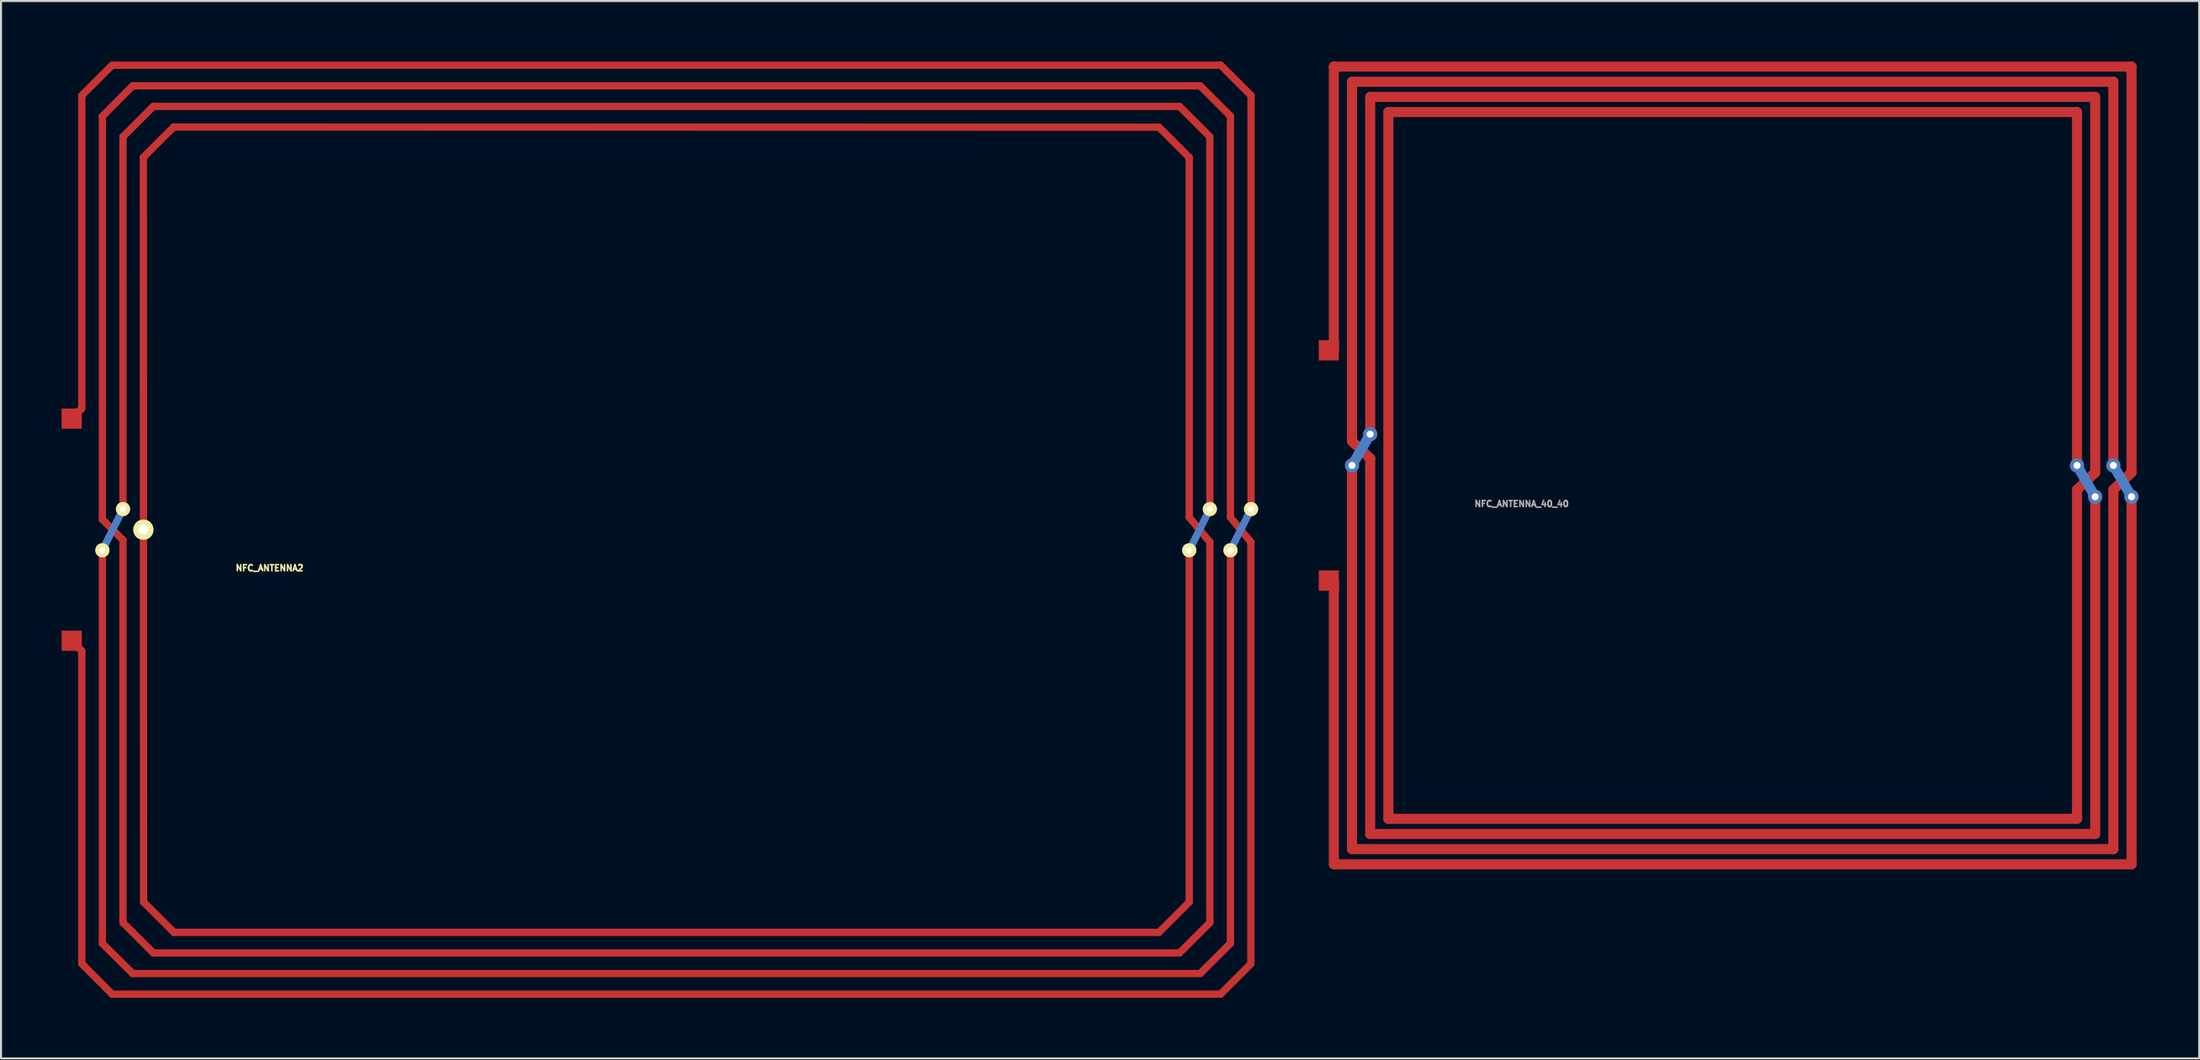
<source format=kicad_pcb>
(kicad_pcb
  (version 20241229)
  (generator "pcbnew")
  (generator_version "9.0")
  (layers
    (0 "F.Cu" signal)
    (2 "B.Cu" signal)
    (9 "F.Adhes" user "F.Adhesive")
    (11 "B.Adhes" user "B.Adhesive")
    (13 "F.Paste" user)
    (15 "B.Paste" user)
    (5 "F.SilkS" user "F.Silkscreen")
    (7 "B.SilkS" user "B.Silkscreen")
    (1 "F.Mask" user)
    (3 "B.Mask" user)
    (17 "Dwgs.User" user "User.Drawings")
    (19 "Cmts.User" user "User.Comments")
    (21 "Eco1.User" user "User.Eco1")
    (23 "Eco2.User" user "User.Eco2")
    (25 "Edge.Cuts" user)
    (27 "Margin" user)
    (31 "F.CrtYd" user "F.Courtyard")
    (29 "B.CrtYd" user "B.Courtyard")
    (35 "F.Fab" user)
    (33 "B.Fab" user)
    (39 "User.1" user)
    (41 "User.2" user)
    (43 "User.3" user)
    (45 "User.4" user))
  (footprint "NFC_ANTENNA_40_40"
    (layer "F.Cu")
    (at 63 20)
    (property "Reference" "NFC_ANTENNA_40_40" (at 9.3 1.9 0) (layer "F.Fab") (effects (font (size 0.3 0.3) (thickness 0.075))))
    (attr through_hole)
    (fp_line (start 0 -19.75) (end 39.5 -19.75) (stroke (width 0.5) (type solid)) (layer "F.Cu"))
    (fp_line (start 0 -5.7) (end 0 -19.75) (stroke (width 0.5) (type solid)) (layer "F.Cu"))
    (fp_line (start 0 5.7) (end 0 19.75) (stroke (width 0.5) (type solid)) (layer "F.Cu"))
    (fp_line (start 0 19.75) (end 39.5 19.75) (stroke (width 0.5) (type solid)) (layer "F.Cu"))
    (fp_line (start 0.9 -1.2) (end 0.9 -19) (stroke (width 0.5) (type solid)) (layer "F.Cu"))
    (fp_line (start 0.9 -1.2) (end 1.8 -0.35) (stroke (width 0.5) (type solid)) (layer "F.Cu"))
    (fp_line (start 0.9 19) (end 0.9 0) (stroke (width 0.5) (type solid)) (layer "F.Cu"))
    (fp_line (start 1.8 -18.25) (end 1.8 -1.55) (stroke (width 0.5) (type solid)) (layer "F.Cu"))
    (fp_line (start 1.8 -18.25) (end 37.7 -18.25) (stroke (width 0.5) (type solid)) (layer "F.Cu"))
    (fp_line (start 1.8 18.25) (end 1.8 -0.35) (stroke (width 0.5) (type solid)) (layer "F.Cu"))
    (fp_line (start 1.8 18.25) (end 37.7 18.25) (stroke (width 0.5) (type solid)) (layer "F.Cu"))
    (fp_line (start 2.7 -17.5) (end 36.8 -17.5) (stroke (width 0.5) (type solid)) (layer "F.Cu"))
    (fp_line (start 2.7 17.5) (end 2.7 -17.5) (stroke (width 0.5) (type solid)) (layer "F.Cu"))
    (fp_line (start 2.7 17.5) (end 36.8 17.5) (stroke (width 0.5) (type solid)) (layer "F.Cu"))
    (fp_line (start 36.8 -17.5) (end 36.8 0) (stroke (width 0.5) (type solid)) (layer "F.Cu"))
    (fp_line (start 36.8 1.2) (end 37.7 0.35) (stroke (width 0.5) (type solid)) (layer "F.Cu"))
    (fp_line (start 36.8 17.5) (end 36.8 1.2) (stroke (width 0.5) (type solid)) (layer "F.Cu"))
    (fp_line (start 37.7 -18.25) (end 37.7 0.35) (stroke (width 0.5) (type solid)) (layer "F.Cu"))
    (fp_line (start 37.7 18.25) (end 37.7 1.55) (stroke (width 0.5) (type solid)) (layer "F.Cu"))
    (fp_line (start 38.6 -19) (end 0.9 -19) (stroke (width 0.5) (type solid)) (layer "F.Cu"))
    (fp_line (start 38.6 -19) (end 38.6 0) (stroke (width 0.5) (type solid)) (layer "F.Cu"))
    (fp_line (start 38.6 1.2) (end 39.5 0.35) (stroke (width 0.5) (type solid)) (layer "F.Cu"))
    (fp_line (start 38.6 19) (end 0.9 19) (stroke (width 0.5) (type solid)) (layer "F.Cu"))
    (fp_line (start 38.6 19) (end 38.6 1.2) (stroke (width 0.5) (type solid)) (layer "F.Cu"))
    (fp_line (start 39.5 -19.75) (end 39.5 0.35) (stroke (width 0.5) (type solid)) (layer "F.Cu"))
    (fp_line (start 39.5 19.75) (end 39.5 1.55) (stroke (width 0.5) (type solid)) (layer "F.Cu"))
    (fp_line (start 0.9 0) (end 1.8 -1.55) (stroke (width 0.5) (type solid)) (layer "B.Cu"))
    (fp_line (start 37.7 1.55) (end 36.8 0) (stroke (width 0.5) (type solid)) (layer "B.Cu"))
    (fp_line (start 39.5 1.55) (end 38.6 0) (stroke (width 0.5) (type solid)) (layer "B.Cu"))
    (pad "" thru_hole circle (at 0.9 0) (size 0.7 0.7) (drill 0.35) (layers "*.Cu" "*.Mask"))
    (pad "" thru_hole circle (at 1.8 -1.55) (size 0.7 0.7) (drill 0.35) (layers "*.Cu" "*.Mask"))
    (pad "" thru_hole circle (at 36.8 0) (size 0.7 0.7) (drill 0.35) (layers "*.Cu" "*.Mask"))
    (pad "" thru_hole circle (at 37.7 1.55) (size 0.7 0.7) (drill 0.35) (layers "*.Cu" "*.Mask"))
    (pad "" thru_hole circle (at 38.6 0) (size 0.7 0.7) (drill 0.35) (layers "*.Cu" "*.Mask"))
    (pad "" thru_hole circle (at 39.5 1.55) (size 0.7 0.7) (drill 0.35) (layers "*.Cu" "*.Mask"))
    (pad "1" smd rect (at -0.25 5.7) (size 1 1) (layers "F.Cu" "F.Mask" "F.Paste"))
    (pad "2" smd rect (at -0.25 -5.7) (size 1 1) (layers "F.Cu" "F.Mask" "F.Paste")))
  (footprint "NFC_ANTENNA2"
    (layer "F.Cu")
    (at 1 23.18)
    (property "Reference" "NFC_ANTENNA2" (at 9.3 1.9 0) (layer "F.SilkS") (effects (font (size 0.3 0.3) (thickness 0.075))))
    (attr through_hole)
    (fp_line (start 0 -21.5) (end 0 -6) (stroke (width 0.36) (type solid)) (layer "F.Cu"))
    (fp_line (start 0 -6) (end -0.52 -5.49) (stroke (width 0.36) (type solid)) (layer "F.Cu"))
    (fp_line (start 0 6) (end -0.5 5.5) (stroke (width 0.36) (type solid)) (layer "F.Cu"))
    (fp_line (start 0 21.49) (end 0 6) (stroke (width 0.36) (type solid)) (layer "F.Cu"))
    (fp_line (start 0 21.49) (end 1.5 23) (stroke (width 0.36) (type solid)) (layer "F.Cu"))
    (fp_line (start 1.02 -0.51) (end 1.02 -20.47) (stroke (width 0.36) (type solid)) (layer "F.Cu"))
    (fp_line (start 1.02 -0.51) (end 2.04 0.51) (stroke (width 0.36) (type solid)) (layer "F.Cu"))
    (fp_line (start 1.02 20.49) (end 1.02 1.02) (stroke (width 0.36) (type solid)) (layer "F.Cu"))
    (fp_line (start 1.02 20.49) (end 2.52 21.98) (stroke (width 0.36) (type solid)) (layer "F.Cu"))
    (fp_line (start 1.5 -23) (end 0 -21.5) (stroke (width 0.36) (type solid)) (layer "F.Cu"))
    (fp_line (start 1.5 -23) (end 56.4 -23) (stroke (width 0.36) (type solid)) (layer "F.Cu"))
    (fp_line (start 2.04 -1.02) (end 2.04 -19.46) (stroke (width 0.36) (type solid)) (layer "F.Cu"))
    (fp_line (start 2.04 19.46) (end 2.04 0.51) (stroke (width 0.36) (type solid)) (layer "F.Cu"))
    (fp_line (start 2.04 19.46) (end 3.54 20.96) (stroke (width 0.36) (type solid)) (layer "F.Cu"))
    (fp_line (start 2.52 -21.98) (end 1.02 -20.47) (stroke (width 0.36) (type solid)) (layer "F.Cu"))
    (fp_line (start 2.52 21.98) (end 55.38 21.98) (stroke (width 0.36) (type solid)) (layer "F.Cu"))
    (fp_line (start 3.06 18.44) (end 3.05 -18.44) (stroke (width 0.36) (type solid)) (layer "F.Cu"))
    (fp_line (start 3.06 18.44) (end 4.56 19.94) (stroke (width 0.36) (type solid)) (layer "F.Cu"))
    (fp_line (start 3.54 -20.96) (end 2.04 -19.46) (stroke (width 0.36) (type solid)) (layer "F.Cu"))
    (fp_line (start 4.55 -19.94) (end 3.05 -18.44) (stroke (width 0.36) (type solid)) (layer "F.Cu"))
    (fp_line (start 53.34 -19.93) (end 4.55 -19.94) (stroke (width 0.36) (type solid)) (layer "F.Cu"))
    (fp_line (start 53.34 -19.93) (end 54.84 -18.43) (stroke (width 0.36) (type solid)) (layer "F.Cu"))
    (fp_line (start 53.34 19.94) (end 4.56 19.94) (stroke (width 0.36) (type solid)) (layer "F.Cu"))
    (fp_line (start 54.36 -20.96) (end 3.54 -20.96) (stroke (width 0.36) (type solid)) (layer "F.Cu"))
    (fp_line (start 54.36 -20.96) (end 55.86 -19.46) (stroke (width 0.36) (type solid)) (layer "F.Cu"))
    (fp_line (start 54.36 20.96) (end 3.54 20.96) (stroke (width 0.36) (type solid)) (layer "F.Cu"))
    (fp_line (start 54.84 -0.61) (end 54.84 -18.43) (stroke (width 0.36) (type solid)) (layer "F.Cu"))
    (fp_line (start 54.84 18.44) (end 53.34 19.94) (stroke (width 0.36) (type solid)) (layer "F.Cu"))
    (fp_line (start 54.84 18.44) (end 54.84 1.02) (stroke (width 0.36) (type solid)) (layer "F.Cu"))
    (fp_line (start 55.38 -21.98) (end 2.52 -21.98) (stroke (width 0.36) (type solid)) (layer "F.Cu"))
    (fp_line (start 55.38 -21.98) (end 56.88 -20.48) (stroke (width 0.36) (type solid)) (layer "F.Cu"))
    (fp_line (start 55.86 -1.02) (end 55.86 -19.46) (stroke (width 0.36) (type solid)) (layer "F.Cu"))
    (fp_line (start 55.86 0.61) (end 54.84 -0.61) (stroke (width 0.36) (type solid)) (layer "F.Cu"))
    (fp_line (start 55.86 19.46) (end 54.36 20.96) (stroke (width 0.36) (type solid)) (layer "F.Cu"))
    (fp_line (start 55.86 19.46) (end 55.86 0.61) (stroke (width 0.36) (type solid)) (layer "F.Cu"))
    (fp_line (start 56.39 23) (end 1.5 23) (stroke (width 0.36) (type solid)) (layer "F.Cu"))
    (fp_line (start 56.4 -23) (end 57.9 -21.5) (stroke (width 0.36) (type solid)) (layer "F.Cu"))
    (fp_line (start 56.88 -0.61) (end 56.88 -20.48) (stroke (width 0.36) (type solid)) (layer "F.Cu"))
    (fp_line (start 56.88 20.48) (end 55.38 21.98) (stroke (width 0.36) (type solid)) (layer "F.Cu"))
    (fp_line (start 56.88 20.48) (end 56.88 1.02) (stroke (width 0.36) (type solid)) (layer "F.Cu"))
    (fp_line (start 57.89 0.61) (end 56.88 -0.61) (stroke (width 0.36) (type solid)) (layer "F.Cu"))
    (fp_line (start 57.89 21.5) (end 56.39 23) (stroke (width 0.36) (type solid)) (layer "F.Cu"))
    (fp_line (start 57.89 21.5) (end 57.89 0.61) (stroke (width 0.36) (type solid)) (layer "F.Cu"))
    (fp_line (start 57.9 -1.02) (end 57.9 -21.5) (stroke (width 0.36) (type solid)) (layer "F.Cu"))
    (fp_line (start 1.02 1.02) (end 2.04 -1.02) (stroke (width 0.36) (type solid)) (layer "B.Cu"))
    (fp_line (start 54.84 1.02) (end 55.86 -1.02) (stroke (width 0.36) (type solid)) (layer "B.Cu"))
    (fp_line (start 56.88 1.02) (end 57.9 -1.02) (stroke (width 0.36) (type solid)) (layer "B.Cu"))
    (pad "" thru_hole circle (at 1.02 1.02) (size 0.7 0.7) (drill 0.3) (layers "*.Cu" "*.Mask" "F.SilkS"))
    (pad "" thru_hole circle (at 2.04 -1.02) (size 0.7 0.7) (drill 0.3) (layers "*.Cu" "*.Mask" "F.SilkS"))
    (pad "" thru_hole circle (at 54.84 1.02) (size 0.7 0.7) (drill 0.3) (layers "*.Cu" "*.Mask" "F.SilkS"))
    (pad "" thru_hole circle (at 55.86 -1.02) (size 0.7 0.7) (drill 0.3) (layers "*.Cu" "*.Mask" "F.SilkS"))
    (pad "" thru_hole circle (at 56.88 1.02) (size 0.7 0.7) (drill 0.3) (layers "*.Cu" "*.Mask" "F.SilkS"))
    (pad "" thru_hole circle (at 57.9 -1.02) (size 0.7 0.7) (drill 0.3) (layers "*.Cu" "*.Mask" "F.SilkS"))
    (pad "1" smd rect (at -0.5 5.5) (size 1 1) (layers "F.Cu" "F.Mask" "F.Paste"))
    (pad "2" thru_hole circle (at 3.05 0) (size 1 1) (drill 0.5) (layers "*.Cu" "*.Mask" "F.SilkS"))
    (pad "3" smd rect (at -0.5 -5.5) (size 1 1) (layers "F.Cu" "F.Mask" "F.Paste")))
  (gr_rect
    (start -3 -3)
    (end 105.85 49.36)
    (stroke (width 0.1) (type default))
    (fill no)
    (layer "Edge.Cuts")))
</source>
